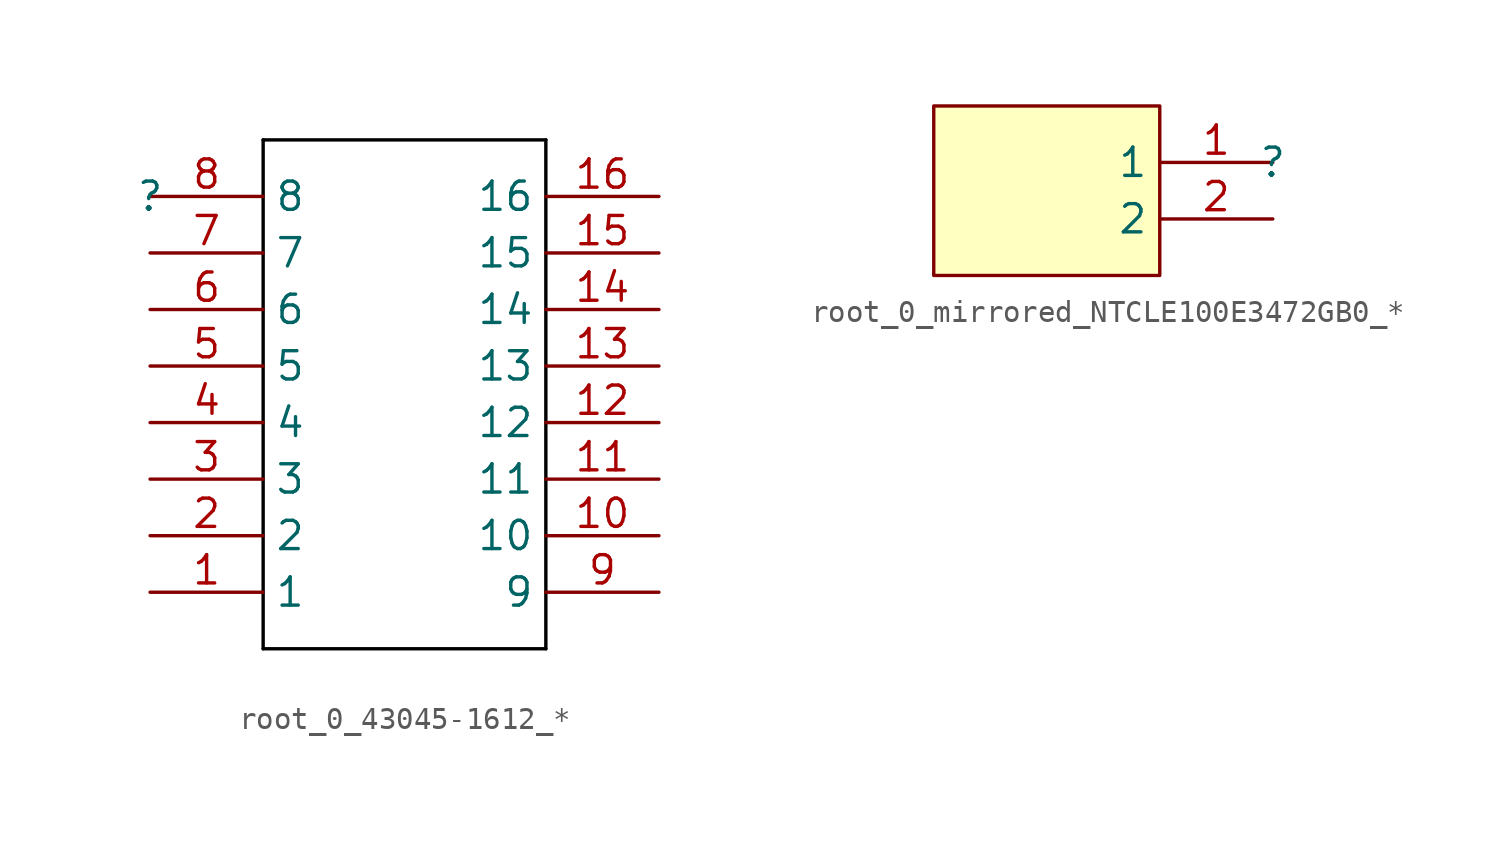
<source format=kicad_sym>
(kicad_symbol_lib
  (version 20241209)
  (generator "kicad_symbol_editor")
  (generator_version "9.0")
  (symbol "root_0_43045-1612_*"
    (property "Reference" ""
      (at 0 0 0)
      (effects (font (size 1.27 1.27))))
    (property "Value" ""
      (at 0 0 0)
      (effects (font (size 1.27 1.27))))
    (symbol "root_0_43045-1612_*_1_0"
      (polyline (pts (xy 5.08 2.54) (xy 5.08 -20.32)) (stroke (width 0) (type solid) (color 0 0 0 1)) (fill (type none)))
      (polyline (pts (xy 5.08 2.54) (xy 17.78 2.54)) (stroke (width 0) (type solid) (color 0 0 0 1)) (fill (type none)))
      (polyline (pts (xy 17.78 -20.32) (xy 5.08 -20.32)) (stroke (width 0) (type solid) (color 0 0 0 1)) (fill (type none)))
      (polyline (pts (xy 17.78 -20.32) (xy 17.78 2.54)) (stroke (width 0) (type solid) (color 0 0 0 1)) (fill (type none)))
      (pin passive line (at 0 0 0) (length 5.08) (name "8" (effects (font (size 1.27 1.27)))) (number "8" (effects (font (size 1.27 1.27)))))
      (pin passive line (at 0 -2.54 0) (length 5.08) (name "7" (effects (font (size 1.27 1.27)))) (number "7" (effects (font (size 1.27 1.27)))))
      (pin passive line (at 0 -5.08 0) (length 5.08) (name "6" (effects (font (size 1.27 1.27)))) (number "6" (effects (font (size 1.27 1.27)))))
      (pin passive line (at 0 -7.62 0) (length 5.08) (name "5" (effects (font (size 1.27 1.27)))) (number "5" (effects (font (size 1.27 1.27)))))
      (pin passive line (at 0 -10.16 0) (length 5.08) (name "4" (effects (font (size 1.27 1.27)))) (number "4" (effects (font (size 1.27 1.27)))))
      (pin passive line (at 0 -12.7 0) (length 5.08) (name "3" (effects (font (size 1.27 1.27)))) (number "3" (effects (font (size 1.27 1.27)))))
      (pin passive line (at 0 -15.24 0) (length 5.08) (name "2" (effects (font (size 1.27 1.27)))) (number "2" (effects (font (size 1.27 1.27)))))
      (pin passive line (at 0 -17.78 0) (length 5.08) (name "1" (effects (font (size 1.27 1.27)))) (number "1" (effects (font (size 1.27 1.27)))))
      (pin passive line (at 22.86 0 180) (length 5.08) (name "16" (effects (font (size 1.27 1.27)))) (number "16" (effects (font (size 1.27 1.27)))))
      (pin passive line (at 22.86 -2.54 180) (length 5.08) (name "15" (effects (font (size 1.27 1.27)))) (number "15" (effects (font (size 1.27 1.27)))))
      (pin passive line (at 22.86 -5.08 180) (length 5.08) (name "14" (effects (font (size 1.27 1.27)))) (number "14" (effects (font (size 1.27 1.27)))))
      (pin passive line (at 22.86 -7.62 180) (length 5.08) (name "13" (effects (font (size 1.27 1.27)))) (number "13" (effects (font (size 1.27 1.27)))))
      (pin passive line (at 22.86 -10.16 180) (length 5.08) (name "12" (effects (font (size 1.27 1.27)))) (number "12" (effects (font (size 1.27 1.27)))))
      (pin passive line (at 22.86 -12.7 180) (length 5.08) (name "11" (effects (font (size 1.27 1.27)))) (number "11" (effects (font (size 1.27 1.27)))))
      (pin passive line (at 22.86 -15.24 180) (length 5.08) (name "10" (effects (font (size 1.27 1.27)))) (number "10" (effects (font (size 1.27 1.27)))))
      (pin passive line (at 22.86 -17.78 180) (length 5.08) (name "9" (effects (font (size 1.27 1.27)))) (number "9" (effects (font (size 1.27 1.27)))))))
  (symbol "root_0_mirrored_NTCLE100E3472GB0_*"
    (property "Reference" ""
      (at 0 0 0)
      (effects (font (size 1.27 1.27))))
    (property "Value" ""
      (at 0 0 0)
      (effects (font (size 1.27 1.27))))
    (symbol "root_0_mirrored_NTCLE100E3472GB0_*_1_0"
      (rectangle (start -5.08 2.54) (end -15.24 -5.08) (stroke (width 0) (type solid) (color 128 0 0 1)) (fill (type background)))
      (pin passive line (at 0 0 180) (length 5.08) (name "1" (effects (font (size 1.27 1.27)))) (number "1" (effects (font (size 1.27 1.27)))))
      (pin passive line (at 0 -2.54 180) (length 5.08) (name "2" (effects (font (size 1.27 1.27)))) (number "2" (effects (font (size 1.27 1.27))))))))
</source>
